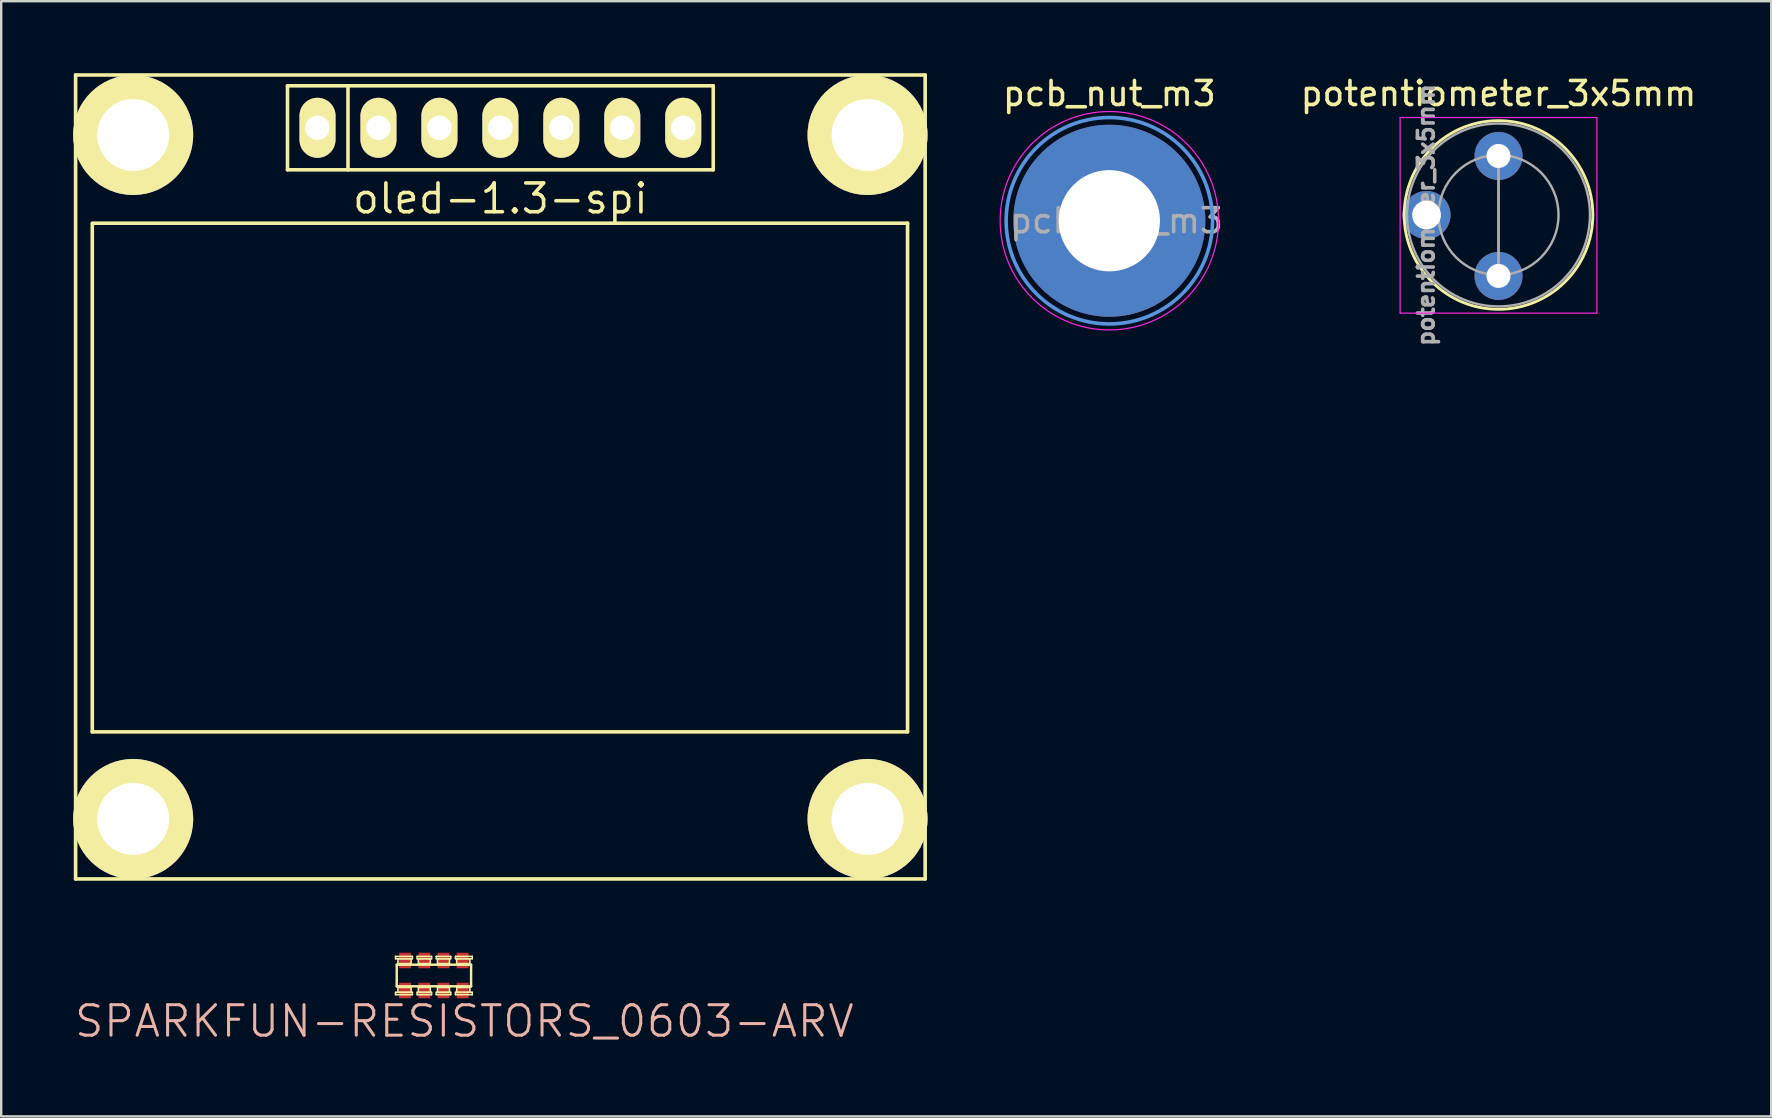
<source format=kicad_pcb>
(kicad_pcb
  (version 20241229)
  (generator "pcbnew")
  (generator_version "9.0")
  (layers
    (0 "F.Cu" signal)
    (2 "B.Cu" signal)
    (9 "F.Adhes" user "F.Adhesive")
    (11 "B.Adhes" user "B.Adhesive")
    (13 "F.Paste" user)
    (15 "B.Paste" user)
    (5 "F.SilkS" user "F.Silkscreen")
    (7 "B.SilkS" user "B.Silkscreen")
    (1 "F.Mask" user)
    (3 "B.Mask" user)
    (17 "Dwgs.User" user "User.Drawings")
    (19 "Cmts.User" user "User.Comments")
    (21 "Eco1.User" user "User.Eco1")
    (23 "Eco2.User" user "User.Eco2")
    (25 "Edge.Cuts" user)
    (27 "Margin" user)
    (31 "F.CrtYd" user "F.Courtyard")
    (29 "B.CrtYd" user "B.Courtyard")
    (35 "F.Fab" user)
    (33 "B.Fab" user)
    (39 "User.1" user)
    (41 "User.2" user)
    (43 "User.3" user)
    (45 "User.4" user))
  (footprint "SPARKFUN-RESISTORS_0603-ARV"
    (layer "F.Cu")
    (at 15.031 37.599)
    (property "Reference" "SPARKFUN-RESISTORS_0603-ARV" (at 1.27 1.905 0) (layer "B.SilkS") (effects (font (size 1.27 1.27) (thickness 0.127))))
    (attr smd)
    (fp_line (start -1.598 -0.798) (end -0.899 -0.798) (stroke (width 0.066) (type solid)) (layer "F.SilkS"))
    (fp_line (start -1.598 -0.699) (end -1.598 -0.798) (stroke (width 0.066) (type solid)) (layer "F.SilkS"))
    (fp_line (start -1.598 -0.699) (end -0.899 -0.699) (stroke (width 0.066) (type solid)) (layer "F.SilkS"))
    (fp_line (start -1.598 0.699) (end -0.899 0.699) (stroke (width 0.066) (type solid)) (layer "F.SilkS"))
    (fp_line (start -1.598 0.798) (end -1.598 0.699) (stroke (width 0.066) (type solid)) (layer "F.SilkS"))
    (fp_line (start -1.598 0.798) (end -0.899 0.798) (stroke (width 0.066) (type solid)) (layer "F.SilkS"))
    (fp_line (start -1.549 -0.45) (end 1.549 -0.45) (stroke (width 0.102) (type solid)) (layer "F.SilkS"))
    (fp_line (start -1.549 0.45) (end -1.549 -0.45) (stroke (width 0.102) (type solid)) (layer "F.SilkS"))
    (fp_line (start -1.499 -0.699) (end -0.95 -0.699) (stroke (width 0.066) (type solid)) (layer "F.SilkS"))
    (fp_line (start -1.499 -0.498) (end -1.499 -0.699) (stroke (width 0.066) (type solid)) (layer "F.SilkS"))
    (fp_line (start -1.499 -0.498) (end -0.95 -0.498) (stroke (width 0.066) (type solid)) (layer "F.SilkS"))
    (fp_line (start -1.499 0.498) (end -0.95 0.498) (stroke (width 0.066) (type solid)) (layer "F.SilkS"))
    (fp_line (start -1.499 0.699) (end -1.499 0.498) (stroke (width 0.066) (type solid)) (layer "F.SilkS"))
    (fp_line (start -1.499 0.699) (end -0.95 0.699) (stroke (width 0.066) (type solid)) (layer "F.SilkS"))
    (fp_line (start -0.95 -0.498) (end -0.95 -0.699) (stroke (width 0.066) (type solid)) (layer "F.SilkS"))
    (fp_line (start -0.95 0.699) (end -0.95 0.498) (stroke (width 0.066) (type solid)) (layer "F.SilkS"))
    (fp_line (start -0.899 -0.699) (end -0.899 -0.798) (stroke (width 0.066) (type solid)) (layer "F.SilkS"))
    (fp_line (start -0.899 0.798) (end -0.899 0.699) (stroke (width 0.066) (type solid)) (layer "F.SilkS"))
    (fp_line (start -0.699 -0.798) (end -0.099 -0.798) (stroke (width 0.066) (type solid)) (layer "F.SilkS"))
    (fp_line (start -0.699 -0.699) (end -0.699 -0.798) (stroke (width 0.066) (type solid)) (layer "F.SilkS"))
    (fp_line (start -0.699 -0.699) (end -0.099 -0.699) (stroke (width 0.066) (type solid)) (layer "F.SilkS"))
    (fp_line (start -0.699 0.699) (end -0.099 0.699) (stroke (width 0.066) (type solid)) (layer "F.SilkS"))
    (fp_line (start -0.699 0.798) (end -0.699 0.699) (stroke (width 0.066) (type solid)) (layer "F.SilkS"))
    (fp_line (start -0.699 0.798) (end -0.099 0.798) (stroke (width 0.066) (type solid)) (layer "F.SilkS"))
    (fp_line (start -0.648 -0.699) (end -0.15 -0.699) (stroke (width 0.066) (type solid)) (layer "F.SilkS"))
    (fp_line (start -0.648 -0.498) (end -0.648 -0.699) (stroke (width 0.066) (type solid)) (layer "F.SilkS"))
    (fp_line (start -0.648 -0.498) (end -0.15 -0.498) (stroke (width 0.066) (type solid)) (layer "F.SilkS"))
    (fp_line (start -0.648 0.498) (end -0.15 0.498) (stroke (width 0.066) (type solid)) (layer "F.SilkS"))
    (fp_line (start -0.648 0.699) (end -0.648 0.498) (stroke (width 0.066) (type solid)) (layer "F.SilkS"))
    (fp_line (start -0.648 0.699) (end -0.15 0.699) (stroke (width 0.066) (type solid)) (layer "F.SilkS"))
    (fp_line (start -0.15 -0.498) (end -0.15 -0.699) (stroke (width 0.066) (type solid)) (layer "F.SilkS"))
    (fp_line (start -0.15 0.699) (end -0.15 0.498) (stroke (width 0.066) (type solid)) (layer "F.SilkS"))
    (fp_line (start -0.099 -0.699) (end -0.099 -0.798) (stroke (width 0.066) (type solid)) (layer "F.SilkS"))
    (fp_line (start -0.099 0.798) (end -0.099 0.699) (stroke (width 0.066) (type solid)) (layer "F.SilkS"))
    (fp_line (start 0.099 -0.798) (end 0.699 -0.798) (stroke (width 0.066) (type solid)) (layer "F.SilkS"))
    (fp_line (start 0.099 -0.699) (end 0.099 -0.798) (stroke (width 0.066) (type solid)) (layer "F.SilkS"))
    (fp_line (start 0.099 -0.699) (end 0.699 -0.699) (stroke (width 0.066) (type solid)) (layer "F.SilkS"))
    (fp_line (start 0.099 0.699) (end 0.699 0.699) (stroke (width 0.066) (type solid)) (layer "F.SilkS"))
    (fp_line (start 0.099 0.798) (end 0.099 0.699) (stroke (width 0.066) (type solid)) (layer "F.SilkS"))
    (fp_line (start 0.099 0.798) (end 0.699 0.798) (stroke (width 0.066) (type solid)) (layer "F.SilkS"))
    (fp_line (start 0.15 -0.699) (end 0.648 -0.699) (stroke (width 0.066) (type solid)) (layer "F.SilkS"))
    (fp_line (start 0.15 -0.498) (end 0.15 -0.699) (stroke (width 0.066) (type solid)) (layer "F.SilkS"))
    (fp_line (start 0.15 -0.498) (end 0.648 -0.498) (stroke (width 0.066) (type solid)) (layer "F.SilkS"))
    (fp_line (start 0.15 0.498) (end 0.648 0.498) (stroke (width 0.066) (type solid)) (layer "F.SilkS"))
    (fp_line (start 0.15 0.699) (end 0.15 0.498) (stroke (width 0.066) (type solid)) (layer "F.SilkS"))
    (fp_line (start 0.15 0.699) (end 0.648 0.699) (stroke (width 0.066) (type solid)) (layer "F.SilkS"))
    (fp_line (start 0.648 -0.498) (end 0.648 -0.699) (stroke (width 0.066) (type solid)) (layer "F.SilkS"))
    (fp_line (start 0.648 0.699) (end 0.648 0.498) (stroke (width 0.066) (type solid)) (layer "F.SilkS"))
    (fp_line (start 0.699 -0.699) (end 0.699 -0.798) (stroke (width 0.066) (type solid)) (layer "F.SilkS"))
    (fp_line (start 0.699 0.798) (end 0.699 0.699) (stroke (width 0.066) (type solid)) (layer "F.SilkS"))
    (fp_line (start 0.899 -0.798) (end 1.598 -0.798) (stroke (width 0.066) (type solid)) (layer "F.SilkS"))
    (fp_line (start 0.899 -0.699) (end 0.899 -0.798) (stroke (width 0.066) (type solid)) (layer "F.SilkS"))
    (fp_line (start 0.899 -0.699) (end 1.598 -0.699) (stroke (width 0.066) (type solid)) (layer "F.SilkS"))
    (fp_line (start 0.899 0.699) (end 1.598 0.699) (stroke (width 0.066) (type solid)) (layer "F.SilkS"))
    (fp_line (start 0.899 0.798) (end 0.899 0.699) (stroke (width 0.066) (type solid)) (layer "F.SilkS"))
    (fp_line (start 0.899 0.798) (end 1.598 0.798) (stroke (width 0.066) (type solid)) (layer "F.SilkS"))
    (fp_line (start 0.95 -0.699) (end 1.499 -0.699) (stroke (width 0.066) (type solid)) (layer "F.SilkS"))
    (fp_line (start 0.95 -0.498) (end 0.95 -0.699) (stroke (width 0.066) (type solid)) (layer "F.SilkS"))
    (fp_line (start 0.95 -0.498) (end 1.499 -0.498) (stroke (width 0.066) (type solid)) (layer "F.SilkS"))
    (fp_line (start 0.95 0.498) (end 1.499 0.498) (stroke (width 0.066) (type solid)) (layer "F.SilkS"))
    (fp_line (start 0.95 0.699) (end 0.95 0.498) (stroke (width 0.066) (type solid)) (layer "F.SilkS"))
    (fp_line (start 0.95 0.699) (end 1.499 0.699) (stroke (width 0.066) (type solid)) (layer "F.SilkS"))
    (fp_line (start 1.499 -0.498) (end 1.499 -0.699) (stroke (width 0.066) (type solid)) (layer "F.SilkS"))
    (fp_line (start 1.499 0.699) (end 1.499 0.498) (stroke (width 0.066) (type solid)) (layer "F.SilkS"))
    (fp_line (start 1.549 -0.45) (end 1.549 0.45) (stroke (width 0.102) (type solid)) (layer "F.SilkS"))
    (fp_line (start 1.549 0.45) (end -1.549 0.45) (stroke (width 0.102) (type solid)) (layer "F.SilkS"))
    (fp_line (start 1.598 -0.699) (end 1.598 -0.798) (stroke (width 0.066) (type solid)) (layer "F.SilkS"))
    (fp_line (start 1.598 0.798) (end 1.598 0.699) (stroke (width 0.066) (type solid)) (layer "F.SilkS"))
    (pad "1" smd rect (at -1.199 0.625) (size 0.498 0.648) (layers "F.Cu" "F.Mask" "F.Paste"))
    (pad "2" smd rect (at -0.399 0.625) (size 0.498 0.648) (layers "F.Cu" "F.Mask" "F.Paste"))
    (pad "3" smd rect (at 0.399 0.625) (size 0.498 0.648) (layers "F.Cu" "F.Mask" "F.Paste"))
    (pad "4" smd rect (at 1.199 0.625) (size 0.498 0.648) (layers "F.Cu" "F.Mask" "F.Paste"))
    (pad "5" smd rect (at 1.199 -0.625) (size 0.498 0.648) (layers "F.Cu" "F.Mask" "F.Paste"))
    (pad "6" smd rect (at 0.399 -0.625) (size 0.498 0.648) (layers "F.Cu" "F.Mask" "F.Paste"))
    (pad "7" smd rect (at -0.399 -0.625) (size 0.498 0.648) (layers "F.Cu" "F.Mask" "F.Paste"))
    (pad "8" smd rect (at -1.199 -0.625) (size 0.498 0.648) (layers "F.Cu" "F.Mask" "F.Paste")))
  (footprint "oled-1.3-spi"
    (layer "F.Cu")
    (at 17.8 2.275)
    (property "Reference" "oled-1.3-spi" (at 0 2.95 0) (layer "F.SilkS") (effects (font (size 1.2 1.2) (thickness 0.15))))
    (attr through_hole)
    (fp_line (start -17.7 -2.2) (end 17.7 -2.2) (stroke (width 0.15) (type solid)) (layer "F.SilkS"))
    (fp_line (start -17.7 31.3) (end -17.7 -2.2) (stroke (width 0.15) (type solid)) (layer "F.SilkS"))
    (fp_line (start -17.005 3.975) (end 16.967 3.975) (stroke (width 0.15) (type solid)) (layer "F.SilkS"))
    (fp_line (start -17.005 25.171) (end -17.005 4.039) (stroke (width 0.15) (type solid)) (layer "F.SilkS"))
    (fp_line (start -8.87 -1.75) (end 8.87 -1.75) (stroke (width 0.15) (type solid)) (layer "F.SilkS"))
    (fp_line (start -8.87 1.75) (end -8.87 -1.75) (stroke (width 0.15) (type solid)) (layer "F.SilkS"))
    (fp_line (start -6.35 -1.75) (end -6.35 1.75) (stroke (width 0.15) (type solid)) (layer "F.SilkS"))
    (fp_line (start 8.87 -1.75) (end 8.87 1.75) (stroke (width 0.15) (type solid)) (layer "F.SilkS"))
    (fp_line (start 8.87 1.75) (end -8.87 1.75) (stroke (width 0.15) (type solid)) (layer "F.SilkS"))
    (fp_line (start 16.967 3.975) (end 16.967 25.171) (stroke (width 0.15) (type solid)) (layer "F.SilkS"))
    (fp_line (start 16.967 25.171) (end -17.005 25.171) (stroke (width 0.15) (type solid)) (layer "F.SilkS"))
    (fp_line (start 17.7 -2.2) (end 17.7 31.3) (stroke (width 0.15) (type solid)) (layer "F.SilkS"))
    (fp_line (start 17.7 31.3) (end -17.7 31.3) (stroke (width 0.15) (type solid)) (layer "F.SilkS"))
    (pad "" thru_hole circle (at -15.3 0.3) (size 5 5) (drill 3) (layers "*.Cu" "*.Mask" "F.SilkS"))
    (pad "" thru_hole circle (at -15.3 28.8) (size 5 5) (drill 3) (layers "*.Cu" "*.Mask" "F.SilkS"))
    (pad "" thru_hole circle (at 15.3 0.3) (size 5 5) (drill 3) (layers "*.Cu" "*.Mask" "F.SilkS"))
    (pad "" thru_hole circle (at 15.3 28.8) (size 5 5) (drill 3) (layers "*.Cu" "*.Mask" "F.SilkS"))
    (pad "1" thru_hole oval (at -7.62 0) (size 1.5 2.5) (drill 1.02) (layers "*.Cu" "*.Mask" "F.SilkS"))
    (pad "2" thru_hole oval (at -5.08 0) (size 1.5 2.5) (drill 1.02) (layers "*.Cu" "*.Mask" "F.SilkS"))
    (pad "3" thru_hole oval (at -2.54 0) (size 1.5 2.5) (drill 1.02) (layers "*.Cu" "*.Mask" "F.SilkS"))
    (pad "4" thru_hole oval (at 0 0) (size 1.5 2.5) (drill 1.02) (layers "*.Cu" "*.Mask" "F.SilkS"))
    (pad "5" thru_hole oval (at 2.54 0) (size 1.5 2.5) (drill 1.02) (layers "*.Cu" "*.Mask" "F.SilkS"))
    (pad "6" thru_hole oval (at 5.08 0) (size 1.5 2.5) (drill 1.02) (layers "*.Cu" "*.Mask" "F.SilkS"))
    (pad "7" thru_hole oval (at 7.62 0) (size 1.5 2.5) (drill 1.02) (layers "*.Cu" "*.Mask" "F.SilkS")))
  (footprint "potentiometer_3x5mm"
    (layer "F.Cu")
    (at 59.392 8.448)
    (property "Reference" "potentiometer_3x5mm" (at 0 -7.6 180) (layer "F.SilkS") (effects (font (size 1 1) (thickness 0.15))))
    (attr through_hole)
    (fp_circle (center 0 -2.54) (end 3.93 -2.54) (stroke (width 0.12) (type solid)) (fill no) (layer "F.SilkS"))
    (fp_line (start -4.1 -6.6) (end -4.1 1.55) (stroke (width 0.05) (type solid)) (layer "F.CrtYd"))
    (fp_line (start -4.1 1.55) (end 4.1 1.55) (stroke (width 0.05) (type solid)) (layer "F.CrtYd"))
    (fp_line (start 4.1 -6.6) (end -4.1 -6.6) (stroke (width 0.05) (type solid)) (layer "F.CrtYd"))
    (fp_line (start 4.1 1.55) (end 4.1 -6.6) (stroke (width 0.05) (type solid)) (layer "F.CrtYd"))
    (fp_line (start 0 -0.064) (end 0.001 -5.014) (stroke (width 0.1) (type solid)) (layer "F.Fab"))
    (fp_line (start 0 -0.064) (end 0.001 -5.014) (stroke (width 0.1) (type solid)) (layer "F.Fab"))
    (fp_circle (center 0 -2.54) (end 2.5 -2.54) (stroke (width 0.1) (type solid)) (fill no) (layer "F.Fab"))
    (fp_circle (center 0 -2.54) (end 3.81 -2.54) (stroke (width 0.1) (type solid)) (fill no) (layer "F.Fab"))
    (fp_text user "${REFERENCE}" (at -3.018 -2.54 270) (layer "F.Fab") (effects (font (size 0.66 0.66) (thickness 0.15))))
    (pad "1" thru_hole circle (at 0 0) (size 2 2) (drill 1) (layers "*.Cu" "*.Mask"))
    (pad "2" thru_hole circle (at -3 -2.54) (size 2 2) (drill 1.2) (layers "*.Cu" "*.Mask"))
    (pad "3" thru_hole circle (at 0 -5) (size 2 2) (drill 1) (layers "*.Cu" "*.Mask")))
  (footprint "pcb_nut_m3"
    (layer "F.Cu")
    (at 43.175 6.148)
    (property "Reference" "pcb_nut_m3" (at 0 -5.3 0) (layer "F.SilkS") (effects (font (size 1 1) (thickness 0.15))))
    (attr exclude_from_pos_files exclude_from_bom)
    (fp_circle (center 0 0) (end 4.3 0) (stroke (width 0.15) (type solid)) (fill no) (layer "Cmts.User"))
    (fp_circle (center 0 0) (end 4.55 0) (stroke (width 0.05) (type solid)) (fill no) (layer "F.CrtYd"))
    (fp_text user "${REFERENCE}" (at 0.3 0 0) (layer "F.Fab") (effects (font (size 1 1) (thickness 0.15))))
    (pad "1" thru_hole circle (at 0 0) (size 8 8) (drill 4.22) (layers "*.Cu" "*.Mask")))
  (gr_rect
    (start -3 -3)
    (end 70.755 43.47)
    (stroke (width 0.1) (type default))
    (fill no)
    (layer "Edge.Cuts")))
</source>
